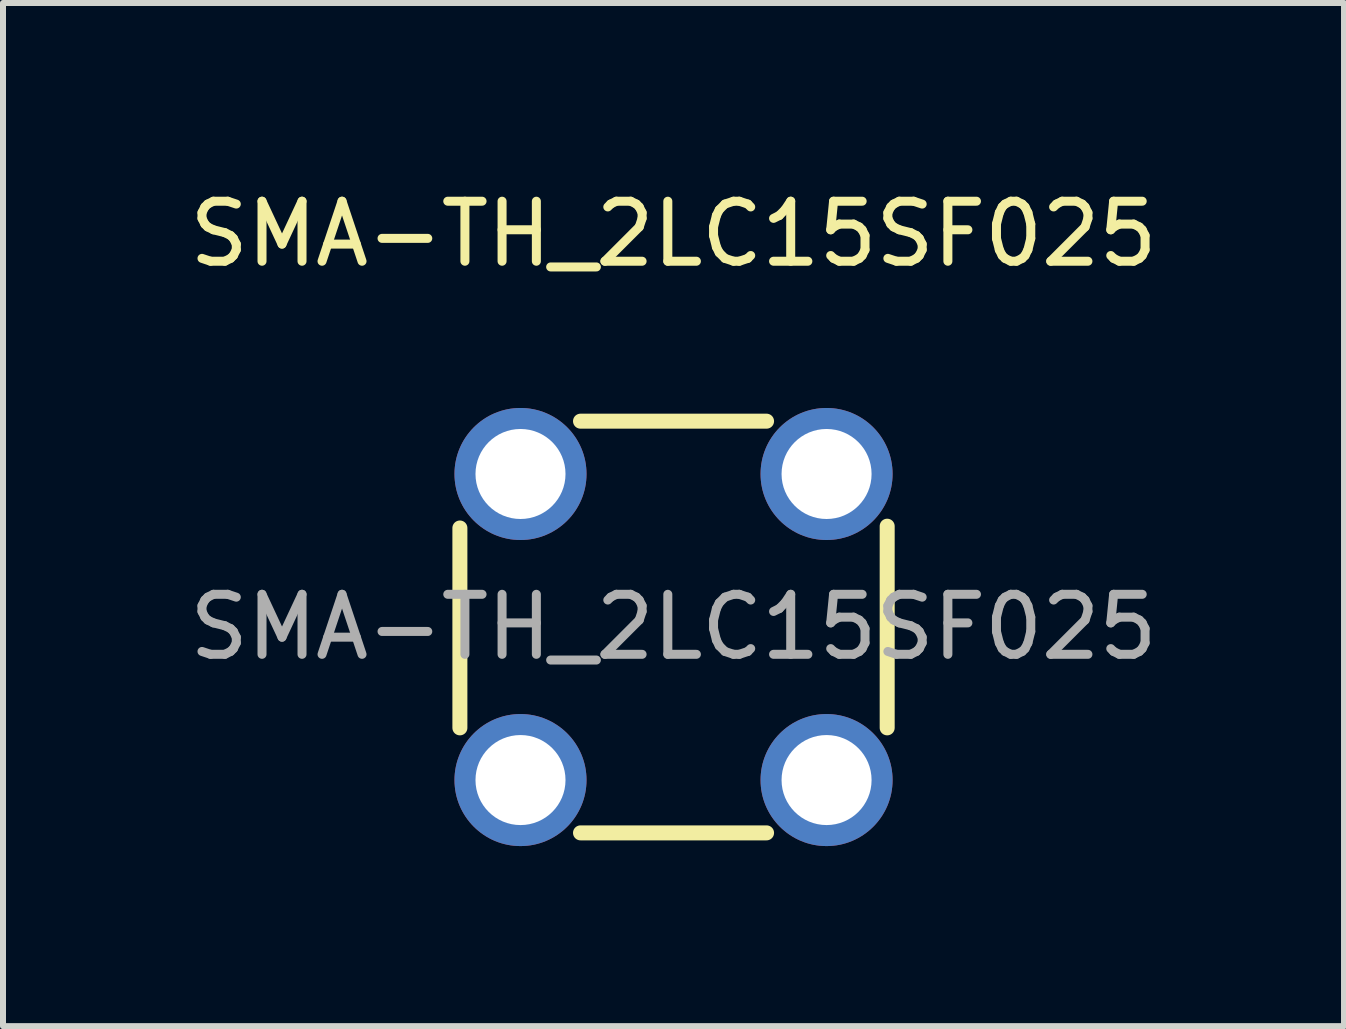
<source format=kicad_pcb>
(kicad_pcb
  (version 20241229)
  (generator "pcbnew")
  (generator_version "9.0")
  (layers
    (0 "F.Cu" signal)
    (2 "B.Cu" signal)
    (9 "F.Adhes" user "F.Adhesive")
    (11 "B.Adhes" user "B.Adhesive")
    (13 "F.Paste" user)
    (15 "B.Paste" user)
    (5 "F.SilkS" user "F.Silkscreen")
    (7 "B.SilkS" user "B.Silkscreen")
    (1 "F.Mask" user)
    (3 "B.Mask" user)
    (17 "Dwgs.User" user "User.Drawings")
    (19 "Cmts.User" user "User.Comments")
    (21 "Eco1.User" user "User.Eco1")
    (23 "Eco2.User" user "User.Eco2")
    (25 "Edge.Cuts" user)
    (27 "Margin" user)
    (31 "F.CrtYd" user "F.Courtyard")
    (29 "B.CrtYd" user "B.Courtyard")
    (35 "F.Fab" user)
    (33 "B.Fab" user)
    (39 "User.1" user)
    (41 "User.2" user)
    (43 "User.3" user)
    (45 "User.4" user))
  (footprint "SMA-TH_2LC15SF025"
    (layer "F.Cu")
    (at 8.173 7.398)
    (property "Reference" "SMA-TH_2LC15SF025" (at 0 -6.55 0) (layer "F.SilkS") (effects (font (size 1 1) (thickness 0.15))))
    (attr through_hole)
    (fp_line (start -3.56 -1.65) (end -3.56 1.68) (stroke (width 0.25) (type solid)) (layer "F.SilkS"))
    (fp_line (start -1.55 3.43) (end 1.55 3.43) (stroke (width 0.25) (type solid)) (layer "F.SilkS"))
    (fp_line (start 1.55 -3.43) (end -1.55 -3.43) (stroke (width 0.25) (type solid)) (layer "F.SilkS"))
    (fp_line (start 3.56 1.68) (end 3.56 -1.68) (stroke (width 0.25) (type solid)) (layer "F.SilkS"))
    (fp_text user "${REFERENCE}" (at 0 0 0) (layer "F.Fab") (effects (font (size 1 1) (thickness 0.15))))
    (pad "2" thru_hole circle (at -2.55 -2.55) (size 2.2 2.2) (drill 1.5) (layers "*.Cu" "*.Mask"))
    (pad "2" thru_hole circle (at -2.55 2.55) (size 2.2 2.2) (drill 1.5) (layers "*.Cu" "*.Mask"))
    (pad "2" thru_hole circle (at 2.55 -2.55) (size 2.2 2.2) (drill 1.5) (layers "*.Cu" "*.Mask"))
    (pad "2" thru_hole circle (at 2.55 2.55) (size 2.2 2.2) (drill 1.5) (layers "*.Cu" "*.Mask")))
  (gr_rect
    (start -3 -3)
    (end 19.345 14.048)
    (stroke (width 0.1) (type default))
    (fill no)
    (layer "Edge.Cuts")))
</source>
